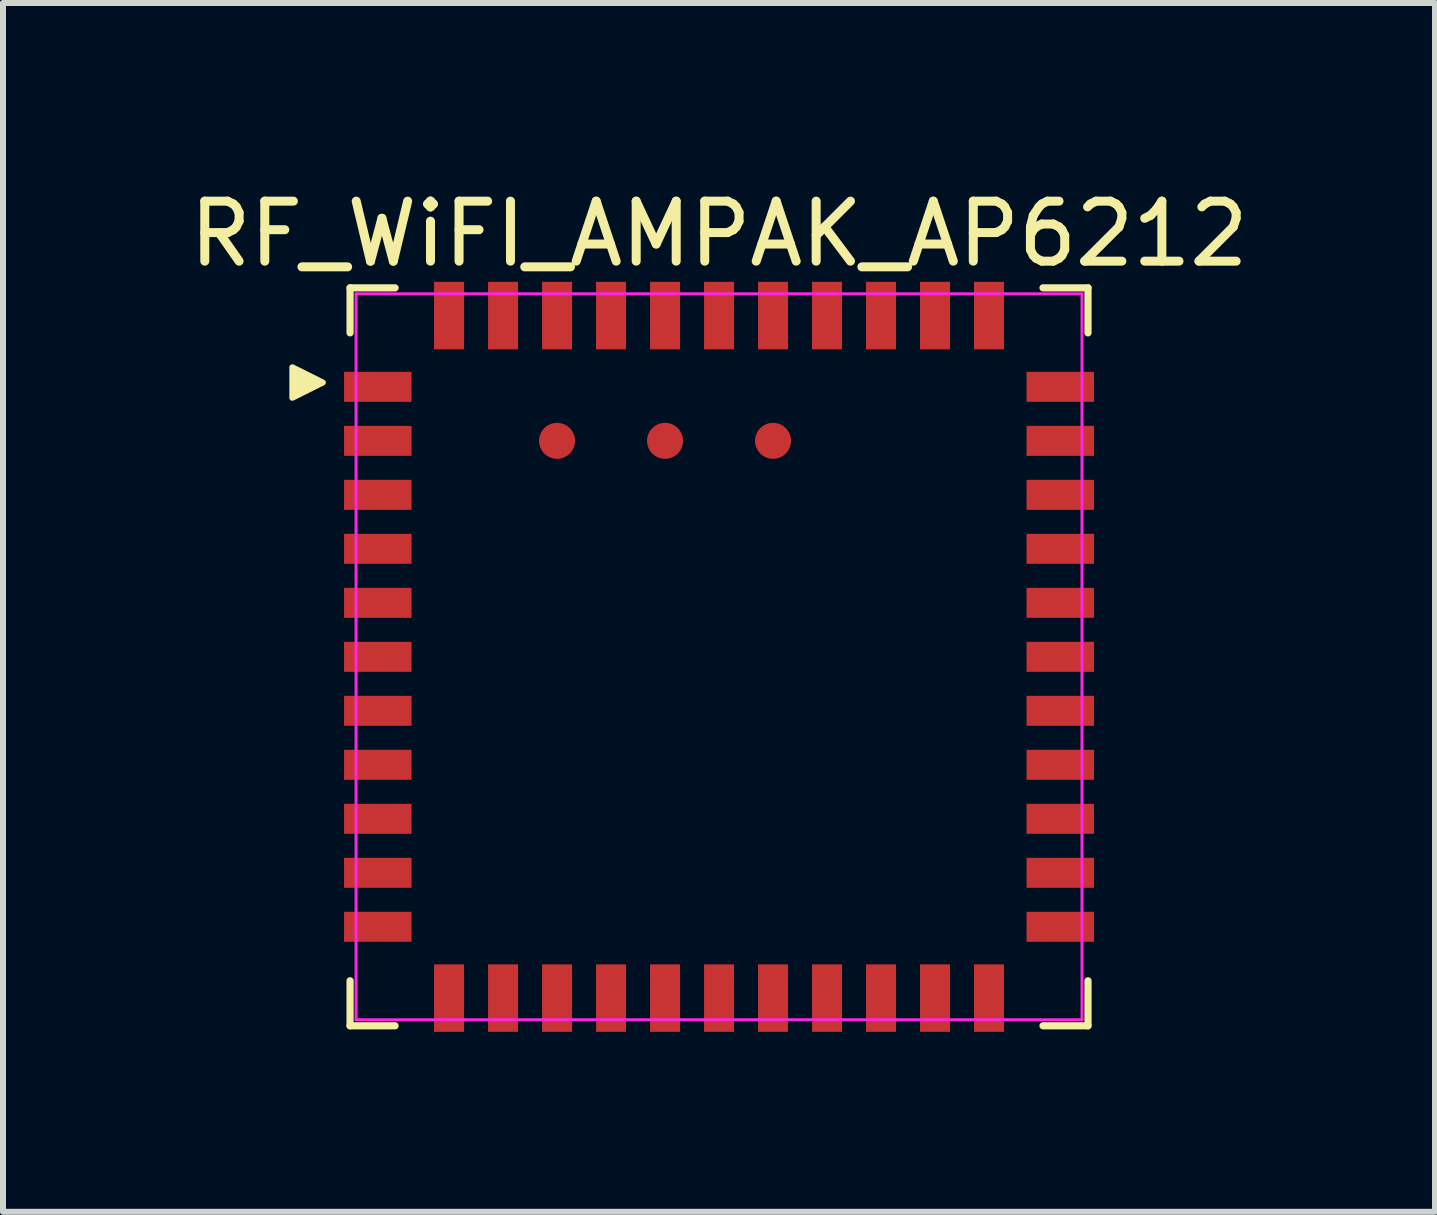
<source format=kicad_pcb>
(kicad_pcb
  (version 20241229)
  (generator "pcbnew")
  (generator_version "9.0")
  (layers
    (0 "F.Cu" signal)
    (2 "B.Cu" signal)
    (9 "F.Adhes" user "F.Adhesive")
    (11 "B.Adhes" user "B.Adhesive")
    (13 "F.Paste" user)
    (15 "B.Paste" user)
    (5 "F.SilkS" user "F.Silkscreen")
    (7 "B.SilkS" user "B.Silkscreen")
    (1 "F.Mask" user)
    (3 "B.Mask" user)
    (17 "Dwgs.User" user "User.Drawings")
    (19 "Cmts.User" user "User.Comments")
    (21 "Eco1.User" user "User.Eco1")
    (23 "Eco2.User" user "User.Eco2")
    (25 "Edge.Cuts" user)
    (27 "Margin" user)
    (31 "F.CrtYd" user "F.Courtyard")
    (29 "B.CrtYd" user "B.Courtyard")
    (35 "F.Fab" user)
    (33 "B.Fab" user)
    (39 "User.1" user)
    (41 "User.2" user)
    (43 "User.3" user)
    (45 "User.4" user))
  (footprint "RF_WiFI_AMPAK_AP6212"
    (layer "F.Cu")
    (at 8.935 7.898)
    (property "Reference" "RF_WiFI_AMPAK_AP6212" (at 0 -7.05 0) (layer "F.SilkS") (effects (font (size 1 1) (thickness 0.15))))
    (attr smd)
    (fp_line (start -6.15 -6.15) (end -5.4 -6.15) (stroke (width 0.12) (type solid)) (layer "F.SilkS"))
    (fp_line (start -6.15 -5.4) (end -6.15 -6.15) (stroke (width 0.12) (type solid)) (layer "F.SilkS"))
    (fp_line (start -6.15 6.15) (end -6.15 5.4) (stroke (width 0.12) (type solid)) (layer "F.SilkS"))
    (fp_line (start -5.4 6.15) (end -6.15 6.15) (stroke (width 0.12) (type solid)) (layer "F.SilkS"))
    (fp_line (start 5.4 -6.15) (end 6.15 -6.15) (stroke (width 0.12) (type solid)) (layer "F.SilkS"))
    (fp_line (start 5.4 6.15) (end 6.15 6.15) (stroke (width 0.12) (type solid)) (layer "F.SilkS"))
    (fp_line (start 6.15 -6.15) (end 6.15 -5.4) (stroke (width 0.12) (type solid)) (layer "F.SilkS"))
    (fp_line (start 6.15 6.15) (end 6.15 5.4) (stroke (width 0.12) (type solid)) (layer "F.SilkS"))
    (fp_poly (pts (xy -6.604 -4.572) (xy -7.112 -4.318) (xy -7.112 -4.826)) (stroke (width 0.1) (type solid)) (fill yes) (layer "F.SilkS"))
    (fp_line (start -6.05 -6.05) (end 6.05 -6.05) (stroke (width 0.05) (type solid)) (layer "F.CrtYd"))
    (fp_line (start -6.05 6.05) (end -6.05 -6.05) (stroke (width 0.05) (type solid)) (layer "F.CrtYd"))
    (fp_line (start 6.05 -6.05) (end 6.05 6.05) (stroke (width 0.05) (type solid)) (layer "F.CrtYd"))
    (fp_line (start 6.05 6.05) (end -6.05 6.05) (stroke (width 0.05) (type solid)) (layer "F.CrtYd"))
    (pad "1" smd rect (at -5.688 -4.5 90) (size 0.5 1.125) (layers "F.Cu" "F.Mask" "F.Paste"))
    (pad "2" smd rect (at -5.688 -3.6 90) (size 0.5 1.125) (layers "F.Cu" "F.Mask" "F.Paste"))
    (pad "3" smd rect (at -5.688 -2.7 90) (size 0.5 1.125) (layers "F.Cu" "F.Mask" "F.Paste"))
    (pad "4" smd rect (at -5.688 -1.8 90) (size 0.5 1.125) (layers "F.Cu" "F.Mask" "F.Paste"))
    (pad "5" smd rect (at -5.688 -0.9 90) (size 0.5 1.125) (layers "F.Cu" "F.Mask" "F.Paste"))
    (pad "6" smd rect (at -5.688 0 90) (size 0.5 1.125) (layers "F.Cu" "F.Mask" "F.Paste"))
    (pad "7" smd rect (at -5.688 0.9 90) (size 0.5 1.125) (layers "F.Cu" "F.Mask" "F.Paste"))
    (pad "8" smd rect (at -5.688 1.8 90) (size 0.5 1.125) (layers "F.Cu" "F.Mask" "F.Paste"))
    (pad "9" smd rect (at -5.688 2.7 90) (size 0.5 1.125) (layers "F.Cu" "F.Mask" "F.Paste"))
    (pad "10" smd rect (at -5.688 3.6 90) (size 0.5 1.125) (layers "F.Cu" "F.Mask" "F.Paste"))
    (pad "11" smd rect (at -5.688 4.5 90) (size 0.5 1.125) (layers "F.Cu" "F.Mask" "F.Paste"))
    (pad "12" smd rect (at -4.5 5.688) (size 0.5 1.125) (layers "F.Cu" "F.Mask" "F.Paste"))
    (pad "13" smd rect (at -3.6 5.688) (size 0.5 1.125) (layers "F.Cu" "F.Mask" "F.Paste"))
    (pad "14" smd rect (at -2.7 5.688) (size 0.5 1.125) (layers "F.Cu" "F.Mask" "F.Paste"))
    (pad "15" smd rect (at -1.8 5.688) (size 0.5 1.125) (layers "F.Cu" "F.Mask" "F.Paste"))
    (pad "16" smd rect (at -0.9 5.688) (size 0.5 1.125) (layers "F.Cu" "F.Mask" "F.Paste"))
    (pad "17" smd rect (at 0 5.688) (size 0.5 1.125) (layers "F.Cu" "F.Mask" "F.Paste"))
    (pad "18" smd rect (at 0.9 5.688) (size 0.5 1.125) (layers "F.Cu" "F.Mask" "F.Paste"))
    (pad "19" smd rect (at 1.8 5.688) (size 0.5 1.125) (layers "F.Cu" "F.Mask" "F.Paste"))
    (pad "20" smd rect (at 2.7 5.688) (size 0.5 1.125) (layers "F.Cu" "F.Mask" "F.Paste"))
    (pad "21" smd rect (at 3.6 5.688) (size 0.5 1.125) (layers "F.Cu" "F.Mask" "F.Paste"))
    (pad "22" smd rect (at 4.5 5.688) (size 0.5 1.125) (layers "F.Cu" "F.Mask" "F.Paste"))
    (pad "23" smd rect (at 5.688 4.5 90) (size 0.5 1.125) (layers "F.Cu" "F.Mask" "F.Paste"))
    (pad "24" smd rect (at 5.688 3.6 90) (size 0.5 1.125) (layers "F.Cu" "F.Mask" "F.Paste"))
    (pad "25" smd rect (at 5.688 2.7 90) (size 0.5 1.125) (layers "F.Cu" "F.Mask" "F.Paste"))
    (pad "26" smd rect (at 5.688 1.8 90) (size 0.5 1.125) (layers "F.Cu" "F.Mask" "F.Paste"))
    (pad "27" smd rect (at 5.688 0.9 90) (size 0.5 1.125) (layers "F.Cu" "F.Mask" "F.Paste"))
    (pad "28" smd rect (at 5.688 0 90) (size 0.5 1.125) (layers "F.Cu" "F.Mask" "F.Paste"))
    (pad "29" smd rect (at 5.688 -0.9 90) (size 0.5 1.125) (layers "F.Cu" "F.Mask" "F.Paste"))
    (pad "30" smd rect (at 5.688 -1.8 90) (size 0.5 1.125) (layers "F.Cu" "F.Mask" "F.Paste"))
    (pad "31" smd rect (at 5.688 -2.7 90) (size 0.5 1.125) (layers "F.Cu" "F.Mask" "F.Paste"))
    (pad "32" smd rect (at 5.688 -3.6 90) (size 0.5 1.125) (layers "F.Cu" "F.Mask" "F.Paste"))
    (pad "33" smd rect (at 5.688 -4.5 90) (size 0.5 1.125) (layers "F.Cu" "F.Mask" "F.Paste"))
    (pad "34" smd rect (at 4.5 -5.688) (size 0.5 1.125) (layers "F.Cu" "F.Mask" "F.Paste"))
    (pad "35" smd rect (at 3.6 -5.688) (size 0.5 1.125) (layers "F.Cu" "F.Mask" "F.Paste"))
    (pad "36" smd rect (at 2.7 -5.688) (size 0.5 1.125) (layers "F.Cu" "F.Mask" "F.Paste"))
    (pad "37" smd rect (at 1.8 -5.688) (size 0.5 1.125) (layers "F.Cu" "F.Mask" "F.Paste"))
    (pad "38" smd rect (at 0.9 -5.688) (size 0.5 1.125) (layers "F.Cu" "F.Mask" "F.Paste"))
    (pad "39" smd rect (at 0 -5.688) (size 0.5 1.125) (layers "F.Cu" "F.Mask" "F.Paste"))
    (pad "40" smd rect (at -0.9 -5.688) (size 0.5 1.125) (layers "F.Cu" "F.Mask" "F.Paste"))
    (pad "41" smd rect (at -1.8 -5.688) (size 0.5 1.125) (layers "F.Cu" "F.Mask" "F.Paste"))
    (pad "42" smd rect (at -2.7 -5.688) (size 0.5 1.125) (layers "F.Cu" "F.Mask" "F.Paste"))
    (pad "43" smd rect (at -3.6 -5.688) (size 0.5 1.125) (layers "F.Cu" "F.Mask" "F.Paste"))
    (pad "44" smd rect (at -4.5 -5.688) (size 0.5 1.125) (layers "F.Cu" "F.Mask" "F.Paste"))
    (pad "45" smd circle (at 0.9 -3.6) (size 0.6 0.6) (layers "F.Cu" "F.Mask" "F.Paste"))
    (pad "46" smd circle (at -0.9 -3.6) (size 0.6 0.6) (layers "F.Cu" "F.Mask" "F.Paste"))
    (pad "47" smd circle (at -2.7 -3.6) (size 0.6 0.6) (layers "F.Cu" "F.Mask" "F.Paste")))
  (gr_rect
    (start -3 -3)
    (end 20.869 17.148)
    (stroke (width 0.1) (type default))
    (fill no)
    (layer "Edge.Cuts")))
</source>
